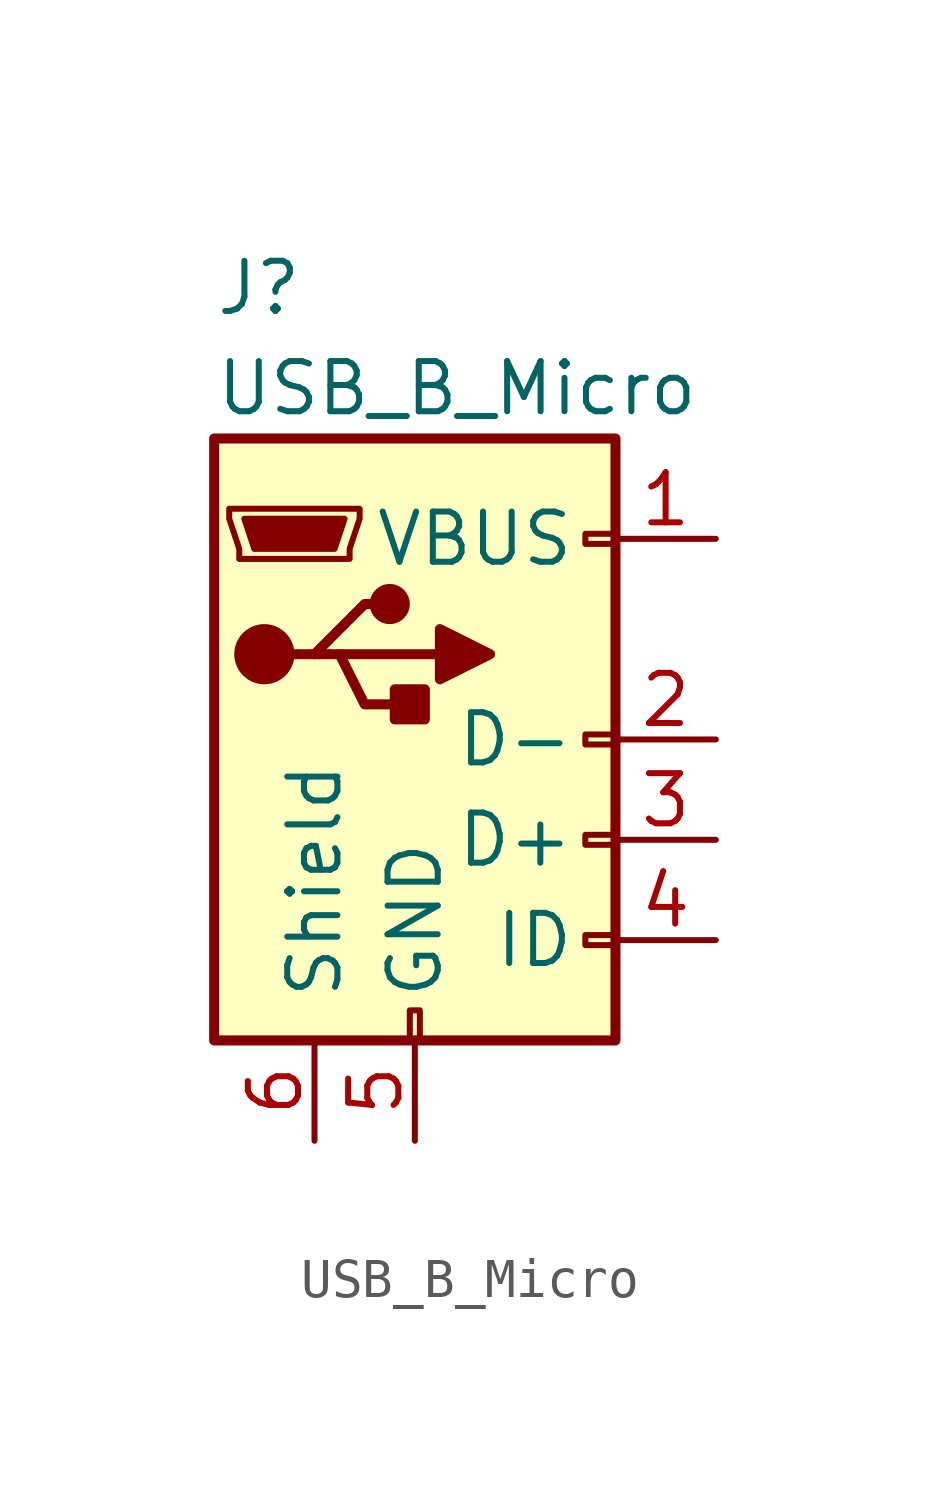
<source format=kicad_sym>
(kicad_symbol_lib
  (version 20211014)
  (generator kicad_symbol_editor)
  (symbol "USB_B_Micro"
    (pin_names
      (offset 1.016))
    (property "Reference" "J"
      (at -5.08 11.43 0)
      (effects (font (size 1.27 1.27)) (justify left)))
    (property "Value" "USB_B_Micro"
      (at -5.08 8.89 0)
      (effects (font (size 1.27 1.27)) (justify left)))
    (symbol "USB_B_Micro_0_1"
      (rectangle (start -5.08 -7.62) (end 5.08 7.62) (stroke (width 0.254) (type default) (color 0 0 0 0)) (fill (type background)))
      (circle (center -3.81 2.159) (radius 0.635) (stroke (width 0.254) (type default) (color 0 0 0 0)) (fill (type outline)))
      (circle (center -0.635 3.429) (radius 0.381) (stroke (width 0.254) (type default) (color 0 0 0 0)) (fill (type outline)))
      (rectangle (start -0.127 -7.62) (end 0.127 -6.858) (stroke (width 0) (type default) (color 0 0 0 0)) (fill (type none)))
      (polyline (pts (xy -1.905 2.159) (xy 0.635 2.159)) (stroke (width 0.254) (type default) (color 0 0 0 0)) (fill (type none)))
      (polyline (pts (xy -3.175 2.159) (xy -2.54 2.159) (xy -1.27 3.429) (xy -0.635 3.429)) (stroke (width 0.254) (type default) (color 0 0 0 0)) (fill (type none)))
      (polyline (pts (xy -2.54 2.159) (xy -1.905 2.159) (xy -1.27 0.889) (xy 0 0.889)) (stroke (width 0.254) (type default) (color 0 0 0 0)) (fill (type none)))
      (polyline (pts (xy 0.635 2.794) (xy 0.635 1.524) (xy 1.905 2.159) (xy 0.635 2.794)) (stroke (width 0.254) (type default) (color 0 0 0 0)) (fill (type outline)))
      (polyline (pts (xy -4.318 5.588) (xy -1.778 5.588) (xy -2.032 4.826) (xy -4.064 4.826) (xy -4.318 5.588)) (stroke (width 0) (type default) (color 0 0 0 0)) (fill (type outline)))
      (polyline (pts (xy -4.699 5.842) (xy -4.699 5.588) (xy -4.445 4.826) (xy -4.445 4.572) (xy -1.651 4.572) (xy -1.651 4.826) (xy -1.397 5.588) (xy -1.397 5.842) (xy -4.699 5.842)) (stroke (width 0) (type default) (color 0 0 0 0)) (fill (type none)))
      (rectangle (start 0.254 1.27) (end -0.508 0.508) (stroke (width 0.254) (type default) (color 0 0 0 0)) (fill (type outline)))
      (rectangle (start 5.08 -5.207) (end 4.318 -4.953) (stroke (width 0) (type default) (color 0 0 0 0)) (fill (type none)))
      (rectangle (start 5.08 -2.667) (end 4.318 -2.413) (stroke (width 0) (type default) (color 0 0 0 0)) (fill (type none)))
      (rectangle (start 5.08 -0.127) (end 4.318 0.127) (stroke (width 0) (type default) (color 0 0 0 0)) (fill (type none)))
      (rectangle (start 5.08 4.953) (end 4.318 5.207) (stroke (width 0) (type default) (color 0 0 0 0)) (fill (type none))))
    (symbol "USB_B_Micro_1_1"
      (pin power_out line (at 7.62 5.08 180) (length 2.54) (name "VBUS" (effects (font (size 1.27 1.27)))) (number "1" (effects (font (size 1.27 1.27)))))
      (pin bidirectional line (at 7.62 0 180) (length 2.54) (name "D-" (effects (font (size 1.27 1.27)))) (number "2" (effects (font (size 1.27 1.27)))))
      (pin bidirectional line (at 7.62 -2.54 180) (length 2.54) (name "D+" (effects (font (size 1.27 1.27)))) (number "3" (effects (font (size 1.27 1.27)))))
      (pin passive line (at 7.62 -5.08 180) (length 2.54) (name "ID" (effects (font (size 1.27 1.27)))) (number "4" (effects (font (size 1.27 1.27)))))
      (pin power_out line (at 0 -10.16 90) (length 2.54) (name "GND" (effects (font (size 1.27 1.27)))) (number "5" (effects (font (size 1.27 1.27)))))
      (pin passive line (at -2.54 -10.16 90) (length 2.54) (name "Shield" (effects (font (size 1.27 1.27)))) (number "6" (effects (font (size 1.27 1.27))))))))
</source>
